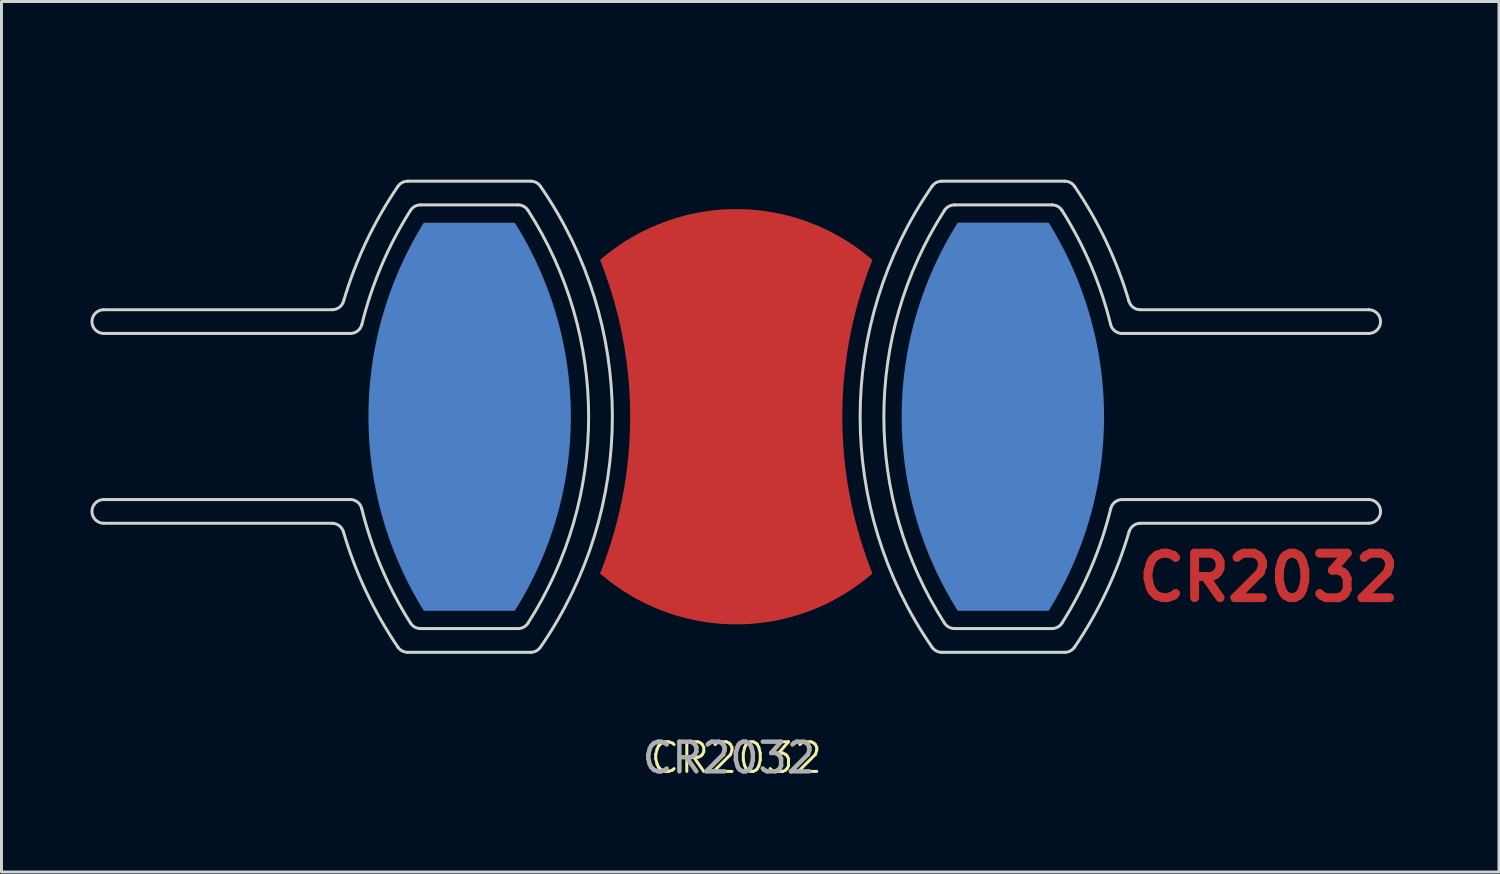
<source format=kicad_pcb>
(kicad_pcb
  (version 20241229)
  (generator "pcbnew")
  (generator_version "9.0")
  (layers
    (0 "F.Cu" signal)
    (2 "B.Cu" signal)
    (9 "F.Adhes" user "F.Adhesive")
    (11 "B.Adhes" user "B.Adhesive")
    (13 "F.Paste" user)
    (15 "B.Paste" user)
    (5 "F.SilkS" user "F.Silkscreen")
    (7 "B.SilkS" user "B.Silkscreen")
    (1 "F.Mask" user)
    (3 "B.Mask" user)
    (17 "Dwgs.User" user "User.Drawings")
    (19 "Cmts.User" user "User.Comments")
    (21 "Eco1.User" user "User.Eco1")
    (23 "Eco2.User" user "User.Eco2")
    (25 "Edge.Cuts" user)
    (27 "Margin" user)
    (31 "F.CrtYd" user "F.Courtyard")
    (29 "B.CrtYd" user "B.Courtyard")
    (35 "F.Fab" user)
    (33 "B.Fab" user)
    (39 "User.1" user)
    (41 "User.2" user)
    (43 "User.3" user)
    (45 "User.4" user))
  (footprint "CR2032"
    (layer "F.Cu")
    (at 21.772 11)
    (property "Reference" "CR2032" (at 0 11.5 0) (unlocked yes) (layer "F.SilkS") (effects (font (size 1 1) (thickness 0.1))))
    (attr smd)
    (fp_poly (pts (xy -5.586 -8.415) (xy -5.594 -8.422) (xy -5.588 -8.413)) (stroke (width 0) (type solid)) (fill yes) (layer "F.Cu"))
    (fp_poly (pts (xy 5.594 -8.422) (xy 5.586 -8.415) (xy 5.588 -8.413)) (stroke (width 0) (type solid)) (fill yes) (layer "F.Cu"))
    (fp_poly (pts (arc (start -6.929985 7.941778) (mid -6.744237 7.896034) (end -6.600972 7.769263)) (arc (start -6.600972 7.769263) (mid -4.176617 0) (end -6.600972 -7.769263)) (arc (start -6.600972 -7.769263) (mid -6.744237 -7.896034) (end -6.929985 -7.941778)) (arc (start -7.611052 -7.941778) (mid 0 -11) (end 7.611053 -7.941778)) (arc (start 6.929987 -7.941778) (mid 6.744234 -7.896045) (end 6.600972 -7.769263)) (arc (start 6.600972 -7.769263) (mid 4.176617 0) (end 6.600972 7.769263)) (arc (start 6.600972 7.769263) (mid 6.744243 7.896027) (end 6.93 7.941778)) (arc (start 7.611053 7.941778) (mid 0 11) (end -7.611052 7.941778))) (stroke (width 0) (type solid)) (fill yes) (layer "F.Mask"))
    (fp_line (start -21.322 -3.608) (end -13.623 -3.608) (stroke (width 0.1) (type default)) (layer "Edge.Cuts"))
    (fp_line (start -21.322 2.792) (end -13.014 2.792) (stroke (width 0.1) (type default)) (layer "Edge.Cuts"))
    (fp_line (start -13.627 3.592) (end -21.322 3.592) (stroke (width 0.1) (type default)) (layer "Edge.Cuts"))
    (fp_line (start -13.01 -2.808) (end -21.322 -2.808) (stroke (width 0.1) (type default)) (layer "Edge.Cuts"))
    (fp_line (start -11.076 -7.942) (end -6.93 -7.942) (stroke (width 0.1) (type default)) (layer "Edge.Cuts"))
    (fp_line (start -10.645 7.142) (end -7.358 7.142) (stroke (width 0.1) (type default)) (layer "Edge.Cuts"))
    (fp_line (start -7.358 -7.142) (end -10.645 -7.142) (stroke (width 0.1) (type default)) (layer "Edge.Cuts"))
    (fp_line (start -6.93 7.942) (end -11.076 7.942) (stroke (width 0.1) (type default)) (layer "Edge.Cuts"))
    (fp_line (start 6.93 -7.942) (end 11.076 -7.942) (stroke (width 0.1) (type default)) (layer "Edge.Cuts"))
    (fp_line (start 7.358 7.142) (end 10.647 7.142) (stroke (width 0.1) (type default)) (layer "Edge.Cuts"))
    (fp_line (start 10.645 -7.142) (end 7.356 -7.142) (stroke (width 0.1) (type default)) (layer "Edge.Cuts"))
    (fp_line (start 11.076 7.942) (end 6.93 7.942) (stroke (width 0.1) (type default)) (layer "Edge.Cuts"))
    (fp_line (start 13.014 2.792) (end 21.322 2.792) (stroke (width 0.1) (type default)) (layer "Edge.Cuts"))
    (fp_line (start 13.623 -3.608) (end 21.322 -3.608) (stroke (width 0.1) (type default)) (layer "Edge.Cuts"))
    (fp_line (start 21.322 -2.808) (end 13.01 -2.808) (stroke (width 0.1) (type default)) (layer "Edge.Cuts"))
    (fp_line (start 21.322 3.592) (end 13.623 3.592) (stroke (width 0.1) (type default)) (layer "Edge.Cuts"))
    (fp_arc (start -21.32223 -2.808196) (mid -21.72223 -3.208196) (end -21.32223 -3.608196) (stroke (width 0.1) (type default)) (layer "Edge.Cuts"))
    (fp_arc (start -21.32223 3.591804) (mid -21.72223 3.191804) (end -21.32223 2.791804) (stroke (width 0.1) (type default)) (layer "Edge.Cuts"))
    (fp_arc (start -13.62738 3.591804) (mid -13.387566 3.671665) (end -13.243511 3.879359) (stroke (width 0.1) (type default)) (layer "Edge.Cuts"))
    (fp_arc (start -13.238834 -3.895289) (mid -13.382946 -3.687912) (end -13.622566 -3.608196) (stroke (width 0.1) (type default)) (layer "Edge.Cuts"))
    (fp_arc (start -13.238834 -3.895289) (mid -12.473942 -5.902608) (end -11.406804 -7.766906) (stroke (width 0.1) (type default)) (layer "Edge.Cuts"))
    (fp_arc (start -13.014313 2.791804) (mid -12.767445 2.877073) (end -12.625828 3.096527) (stroke (width 0.1) (type default)) (layer "Edge.Cuts"))
    (fp_arc (start -12.621917 -3.112429) (mid -12.763613 -2.893309) (end -13.010283 -2.808196) (stroke (width 0.1) (type default)) (layer "Edge.Cuts"))
    (fp_arc (start -12.621917 -3.112429) (mid -11.957668 -5.100411) (end -10.982568 -6.955803) (stroke (width 0.1) (type default)) (layer "Edge.Cuts"))
    (fp_arc (start -11.406804 -7.766906) (mid -11.263187 -7.895368) (end -11.076175 -7.941778) (stroke (width 0.1) (type default)) (layer "Edge.Cuts"))
    (fp_arc (start -11.406804 7.766906) (mid -12.47749 5.895103) (end -13.243511 3.879359) (stroke (width 0.1) (type default)) (layer "Edge.Cuts"))
    (fp_arc (start -11.076172 7.941778) (mid -11.263186 7.895368) (end -11.406804 7.766906) (stroke (width 0.1) (type default)) (layer "Edge.Cuts"))
    (fp_arc (start -10.982568 -6.955803) (mid -10.837503 -7.092214) (end -10.644645 -7.141778) (stroke (width 0.1) (type default)) (layer "Edge.Cuts"))
    (fp_arc (start -10.982568 6.955803) (mid -11.960878 5.092878) (end -12.625828 3.096527) (stroke (width 0.1) (type default)) (layer "Edge.Cuts"))
    (fp_arc (start -10.644646 7.141778) (mid -10.837503 7.092214) (end -10.982568 6.955803) (stroke (width 0.1) (type default)) (layer "Edge.Cuts"))
    (fp_arc (start -7.357845 -7.141778) (mid -7.166229 -7.092894) (end -7.021446 -6.958188) (stroke (width 0.1) (type default)) (layer "Edge.Cuts"))
    (fp_arc (start -7.021446 -6.958188) (mid -4.976617 0) (end -7.021446 6.958188) (stroke (width 0.1) (type default)) (layer "Edge.Cuts"))
    (fp_arc (start -7.021446 6.958188) (mid -7.166229 7.092894) (end -7.357846 7.141778) (stroke (width 0.1) (type default)) (layer "Edge.Cuts"))
    (fp_arc (start -6.929985 -7.941778) (mid -6.744237 -7.896034) (end -6.600972 -7.769263) (stroke (width 0.1) (type default)) (layer "Edge.Cuts"))
    (fp_arc (start -6.600972 -7.769263) (mid -4.176617 0) (end -6.600972 7.769263) (stroke (width 0.1) (type default)) (layer "Edge.Cuts"))
    (fp_arc (start -6.600972 7.769263) (mid -6.744237 7.896034) (end -6.929985 7.941778) (stroke (width 0.1) (type default)) (layer "Edge.Cuts"))
    (fp_arc (start 6.600972 -7.769263) (mid 6.744234 -7.896045) (end 6.929987 -7.941778) (stroke (width 0.1) (type default)) (layer "Edge.Cuts"))
    (fp_arc (start 6.600972 7.769263) (mid 4.176617 0) (end 6.600972 -7.769263) (stroke (width 0.1) (type default)) (layer "Edge.Cuts"))
    (fp_arc (start 6.93 7.941778) (mid 6.744243 7.896027) (end 6.600972 7.769263) (stroke (width 0.1) (type default)) (layer "Edge.Cuts"))
    (fp_arc (start 7.021446 -6.958188) (mid 7.166231 -7.092883) (end 7.355534 -7.141778) (stroke (width 0.1) (type default)) (layer "Edge.Cuts"))
    (fp_arc (start 7.021446 6.958188) (mid 4.976617 0) (end 7.021446 -6.958188) (stroke (width 0.1) (type default)) (layer "Edge.Cuts"))
    (fp_arc (start 7.3578 7.141778) (mid 7.166216 7.09291) (end 7.021446 6.958188) (stroke (width 0.1) (type default)) (layer "Edge.Cuts"))
    (fp_arc (start 10.6446 -7.141778) (mid 10.837487 -7.092196) (end 10.982568 -6.955803) (stroke (width 0.1) (type default)) (layer "Edge.Cuts"))
    (fp_arc (start 10.982568 -6.955803) (mid 11.957667 -5.100411) (end 12.621917 -3.112429) (stroke (width 0.1) (type default)) (layer "Edge.Cuts"))
    (fp_arc (start 10.982568 6.955803) (mid 10.837509 7.092237) (end 10.647229 7.141778) (stroke (width 0.1) (type default)) (layer "Edge.Cuts"))
    (fp_arc (start 11.0762 -7.941778) (mid 11.263193 -7.895376) (end 11.406804 -7.766906) (stroke (width 0.1) (type default)) (layer "Edge.Cuts"))
    (fp_arc (start 11.406804 -7.766906) (mid 12.473942 -5.902608) (end 13.238834 -3.895289) (stroke (width 0.1) (type default)) (layer "Edge.Cuts"))
    (fp_arc (start 11.406804 7.766906) (mid 11.263187 7.895364) (end 11.076172 7.941778) (stroke (width 0.1) (type default)) (layer "Edge.Cuts"))
    (fp_arc (start 12.625828 3.096527) (mid 11.960878 5.092879) (end 10.982568 6.955803) (stroke (width 0.1) (type default)) (layer "Edge.Cuts"))
    (fp_arc (start 12.625828 3.096527) (mid 12.767446 2.877077) (end 13.014315 2.791804) (stroke (width 0.1) (type default)) (layer "Edge.Cuts"))
    (fp_arc (start 13.0103 -2.808196) (mid 12.76362 -2.893315) (end 12.621917 -3.112429) (stroke (width 0.1) (type default)) (layer "Edge.Cuts"))
    (fp_arc (start 13.243511 3.879359) (mid 12.47749 5.895103) (end 11.406804 7.766906) (stroke (width 0.1) (type default)) (layer "Edge.Cuts"))
    (fp_arc (start 13.243511 3.879359) (mid 13.387564 3.671656) (end 13.623302 3.591804) (stroke (width 0.1) (type default)) (layer "Edge.Cuts"))
    (fp_arc (start 13.6226 -3.608196) (mid 13.382961 -3.687925) (end 13.238834 -3.895289) (stroke (width 0.1) (type default)) (layer "Edge.Cuts"))
    (fp_arc (start 21.3222 -3.608196) (mid 21.722196 -3.2082) (end 21.3222 -2.808204) (stroke (width 0.1) (type default)) (layer "Edge.Cuts"))
    (fp_arc (start 21.3222 2.791804) (mid 21.722196 3.1918) (end 21.3222 3.591796) (stroke (width 0.1) (type default)) (layer "Edge.Cuts"))
    (fp_text user "CR2032" (at 13.4 6.3 0) (unlocked yes) (layer "F.Cu") (effects (font (size 1.5 1.5) (thickness 0.3) (bold yes)) (justify left bottom)))
    (fp_text user "+" (at -13.25 3.07 0) (unlocked yes) (layer "F.Cu") (effects (font (size 6 6) (thickness 1) (bold yes)) (justify left bottom)))
    (fp_text user "+" (at 4.75 3.07 0) (unlocked yes) (layer "F.Cu") (effects (font (size 6 6) (thickness 1) (bold yes)) (justify left bottom)))
    (fp_text user "+" (at -13.25 3.07 0) (unlocked yes) (layer "F.Mask") (effects (font (size 6 6) (thickness 1) (bold yes)) (justify left bottom)))
    (fp_text user "CR2032" (at 13.4 6.3 0) (unlocked yes) (layer "F.Mask") (effects (font (size 1.5 1.5) (thickness 0.3) (bold yes)) (justify left bottom)))
    (fp_text user "+" (at 4.75 3.07 0) (unlocked yes) (layer "F.Mask") (effects (font (size 6 6) (thickness 1) (bold yes)) (justify left bottom)))
    (fp_text user "${REFERENCE}" (at -0.25 11.5 0) (unlocked yes) (layer "F.Fab") (effects (font (size 1 1) (thickness 0.15))))
    (pad "1" smd custom (at -9 0.345) (size 1.27 1.27) (layers "B.Cu" "B.Mask") (options (anchor circle)) (primitives (gr_poly (pts (xy -0.953 -0.445) (xy -0.938 -0.517) (xy -0.897 -0.579) (xy -0.835 -0.62) (xy -0.762 -0.635) (xy 0.762 -0.635) (xy 0.835 -0.62) (xy 0.897 -0.579) (xy 0.938 -0.517) (xy 0.953 -0.445) (xy 0.953 0.445) (xy 0.938 0.517) (xy 0.897 0.579) (xy 0.835 0.62) (xy 0.762 0.635) (xy -0.762 0.635) (xy -0.835 0.62) (xy -0.897 0.579) (xy -0.938 0.517) (xy -0.953 0.445)) (width 0) (fill yes)) (gr_poly (pts (arc (start -1.533997 6.197204) (mid -3.4 -0.344574) (end -1.533996 -6.886352)) (arc (start 1.532426 -6.886352) (mid 3.423383 -0.344574) (end 1.532426 6.197204))) (width 0) (fill yes))))
    (pad "1" smd custom (at 9 0) (size 1.27 1.27) (layers "B.Cu" "B.Mask") (options (anchor circle)) (primitives (gr_poly (pts (xy -0.953 -0.445) (xy -0.938 -0.517) (xy -0.897 -0.579) (xy -0.835 -0.62) (xy -0.762 -0.635) (xy 0.762 -0.635) (xy 0.835 -0.62) (xy 0.897 -0.579) (xy 0.938 -0.517) (xy 0.953 -0.445) (xy 0.953 0.445) (xy 0.938 0.517) (xy 0.897 0.579) (xy 0.835 0.62) (xy 0.762 0.635) (xy -0.762 0.635) (xy -0.835 0.62) (xy -0.897 0.579) (xy -0.938 0.517) (xy -0.953 0.445)) (width 0) (fill yes)) (gr_poly (pts (arc (start 1.533997 6.541778) (mid 3.4 0) (end 1.533996 -6.541778)) (arc (start -1.532425 -6.541778) (mid -3.423383 0) (end -1.532426 6.541778))) (width 0) (fill yes))))
    (pad "2" smd custom (at 0 -0.387) (size 1.27 1.27) (layers "F.Cu" "F.Mask") (options (anchor circle)) (primitives (gr_poly (pts (xy -0.953 -0.445) (xy -0.938 -0.517) (xy -0.897 -0.579) (xy -0.835 -0.62) (xy -0.762 -0.635) (xy 0.762 -0.635) (xy 0.835 -0.62) (xy 0.897 -0.579) (xy 0.938 -0.517) (xy 0.953 -0.445) (xy 0.953 0.445) (xy 0.938 0.517) (xy 0.897 0.579) (xy 0.835 0.62) (xy 0.762 0.635) (xy -0.762 0.635) (xy -0.835 0.62) (xy -0.897 0.579) (xy -0.938 0.517) (xy -0.953 0.445)) (width 0) (fill yes)) (gr_poly (pts (arc (start -4.591537 5.670378) (mid 0 7.38665) (end 4.591537 5.670378)) (arc (start 4.591537 5.670378) (mid 3.576617 0.38665) (end 4.591537 -4.897078)) (arc (start 4.591537 -4.897078) (mid 0 -6.61335) (end -4.591537 -4.897078)) (arc (start -4.591537 -4.897078) (mid -3.576617 0.38665) (end -4.591537 5.670378))) (width 0) (fill yes)))))
  (gr_rect
    (start -3 -3)
    (end 47.487 26.349)
    (stroke (width 0.1) (type default))
    (fill no)
    (layer "Edge.Cuts")))
</source>
